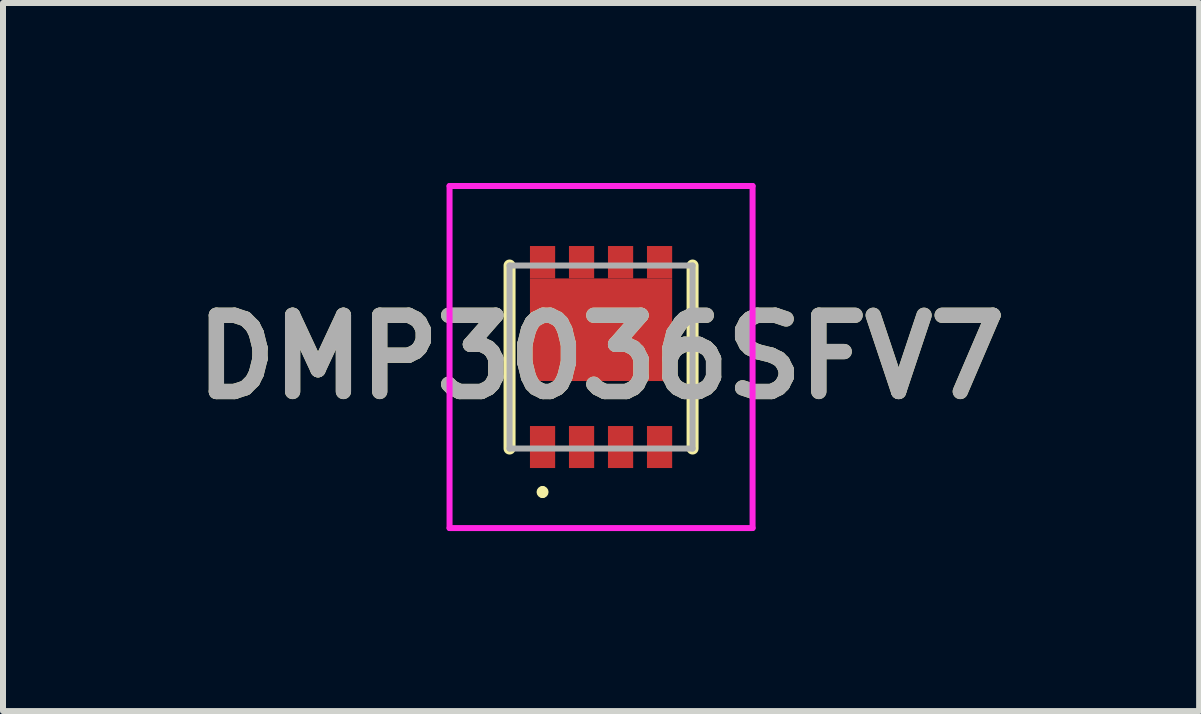
<source format=kicad_pcb>
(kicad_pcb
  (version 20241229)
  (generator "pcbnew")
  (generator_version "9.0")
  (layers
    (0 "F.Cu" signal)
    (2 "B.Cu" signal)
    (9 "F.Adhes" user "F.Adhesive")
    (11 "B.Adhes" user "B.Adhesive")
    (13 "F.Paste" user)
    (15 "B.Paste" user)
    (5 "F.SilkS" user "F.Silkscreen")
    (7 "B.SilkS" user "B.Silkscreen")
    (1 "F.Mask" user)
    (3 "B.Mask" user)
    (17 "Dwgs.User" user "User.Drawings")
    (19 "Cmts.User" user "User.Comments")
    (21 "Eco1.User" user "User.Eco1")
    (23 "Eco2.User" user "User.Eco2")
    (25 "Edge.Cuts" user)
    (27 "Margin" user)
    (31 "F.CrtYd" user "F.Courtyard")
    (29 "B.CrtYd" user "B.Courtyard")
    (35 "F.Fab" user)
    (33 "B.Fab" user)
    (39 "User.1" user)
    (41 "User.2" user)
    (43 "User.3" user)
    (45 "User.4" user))
  (footprint "DMP3036SFV7"
    (layer "F.Cu")
    (at 6.967 2.9)
    (property "Reference" "DMP3036SFV7" (at 0 0 0) (layer "F.SilkS") (effects (font (size 1.27 1.27) (thickness 0.254))))
    (attr smd)
    (fp_line (start -1.525 1.525) (end -1.525 -1.525) (stroke (width 0.2) (type solid)) (layer "F.SilkS"))
    (fp_line (start -0.975 2.2) (end -0.975 2.2) (stroke (width 0.1) (type solid)) (layer "F.SilkS"))
    (fp_line (start -0.975 2.3) (end -0.975 2.3) (stroke (width 0.1) (type solid)) (layer "F.SilkS"))
    (fp_line (start 1.525 1.525) (end 1.525 -1.525) (stroke (width 0.2) (type solid)) (layer "F.SilkS"))
    (fp_arc (start -0.975 2.2) (mid -0.925 2.25) (end -0.975 2.3) (stroke (width 0.1) (type solid)) (layer "F.SilkS"))
    (fp_arc (start -0.975 2.3) (mid -1.025 2.25) (end -0.975 2.2) (stroke (width 0.1) (type solid)) (layer "F.SilkS"))
    (fp_line (start -2.525 -2.85) (end 2.525 -2.85) (stroke (width 0.1) (type solid)) (layer "F.CrtYd"))
    (fp_line (start -2.525 2.85) (end -2.525 -2.85) (stroke (width 0.1) (type solid)) (layer "F.CrtYd"))
    (fp_line (start 2.525 -2.85) (end 2.525 2.85) (stroke (width 0.1) (type solid)) (layer "F.CrtYd"))
    (fp_line (start 2.525 2.85) (end -2.525 2.85) (stroke (width 0.1) (type solid)) (layer "F.CrtYd"))
    (fp_line (start -1.525 -1.525) (end 1.525 -1.525) (stroke (width 0.1) (type solid)) (layer "F.Fab"))
    (fp_line (start -1.525 1.525) (end -1.525 -1.525) (stroke (width 0.1) (type solid)) (layer "F.Fab"))
    (fp_line (start 1.525 -1.525) (end 1.525 1.525) (stroke (width 0.1) (type solid)) (layer "F.Fab"))
    (fp_line (start 1.525 1.525) (end -1.525 1.525) (stroke (width 0.1) (type solid)) (layer "F.Fab"))
    (fp_text user "${REFERENCE}" (at 0 0 0) (layer "F.Fab") (effects (font (size 1.27 1.27) (thickness 0.254))))
    (pad "1" smd rect (at -0.975 1.5) (size 0.42 0.7) (layers "F.Cu" "F.Mask" "F.Paste"))
    (pad "2" smd rect (at -0.325 1.5) (size 0.42 0.7) (layers "F.Cu" "F.Mask" "F.Paste"))
    (pad "3" smd rect (at 0.325 1.5) (size 0.42 0.7) (layers "F.Cu" "F.Mask" "F.Paste"))
    (pad "4" smd rect (at 0.975 1.5) (size 0.42 0.7) (layers "F.Cu" "F.Mask" "F.Paste"))
    (pad "5" smd rect (at 0.975 -1.58) (size 0.42 0.54) (layers "F.Cu" "F.Mask" "F.Paste"))
    (pad "6" smd rect (at 0.325 -1.58) (size 0.42 0.54) (layers "F.Cu" "F.Mask" "F.Paste"))
    (pad "7" smd rect (at -0.325 -1.58) (size 0.42 0.54) (layers "F.Cu" "F.Mask" "F.Paste"))
    (pad "8" smd rect (at -0.975 -1.58) (size 0.42 0.54) (layers "F.Cu" "F.Mask" "F.Paste"))
    (pad "9" smd rect (at 0 -0.455 90) (size 1.71 2.37) (layers "F.Cu" "F.Mask" "F.Paste")))
  (gr_rect
    (start -3 -3)
    (end 16.934 8.8)
    (stroke (width 0.1) (type default))
    (fill no)
    (layer "Edge.Cuts")))
</source>
